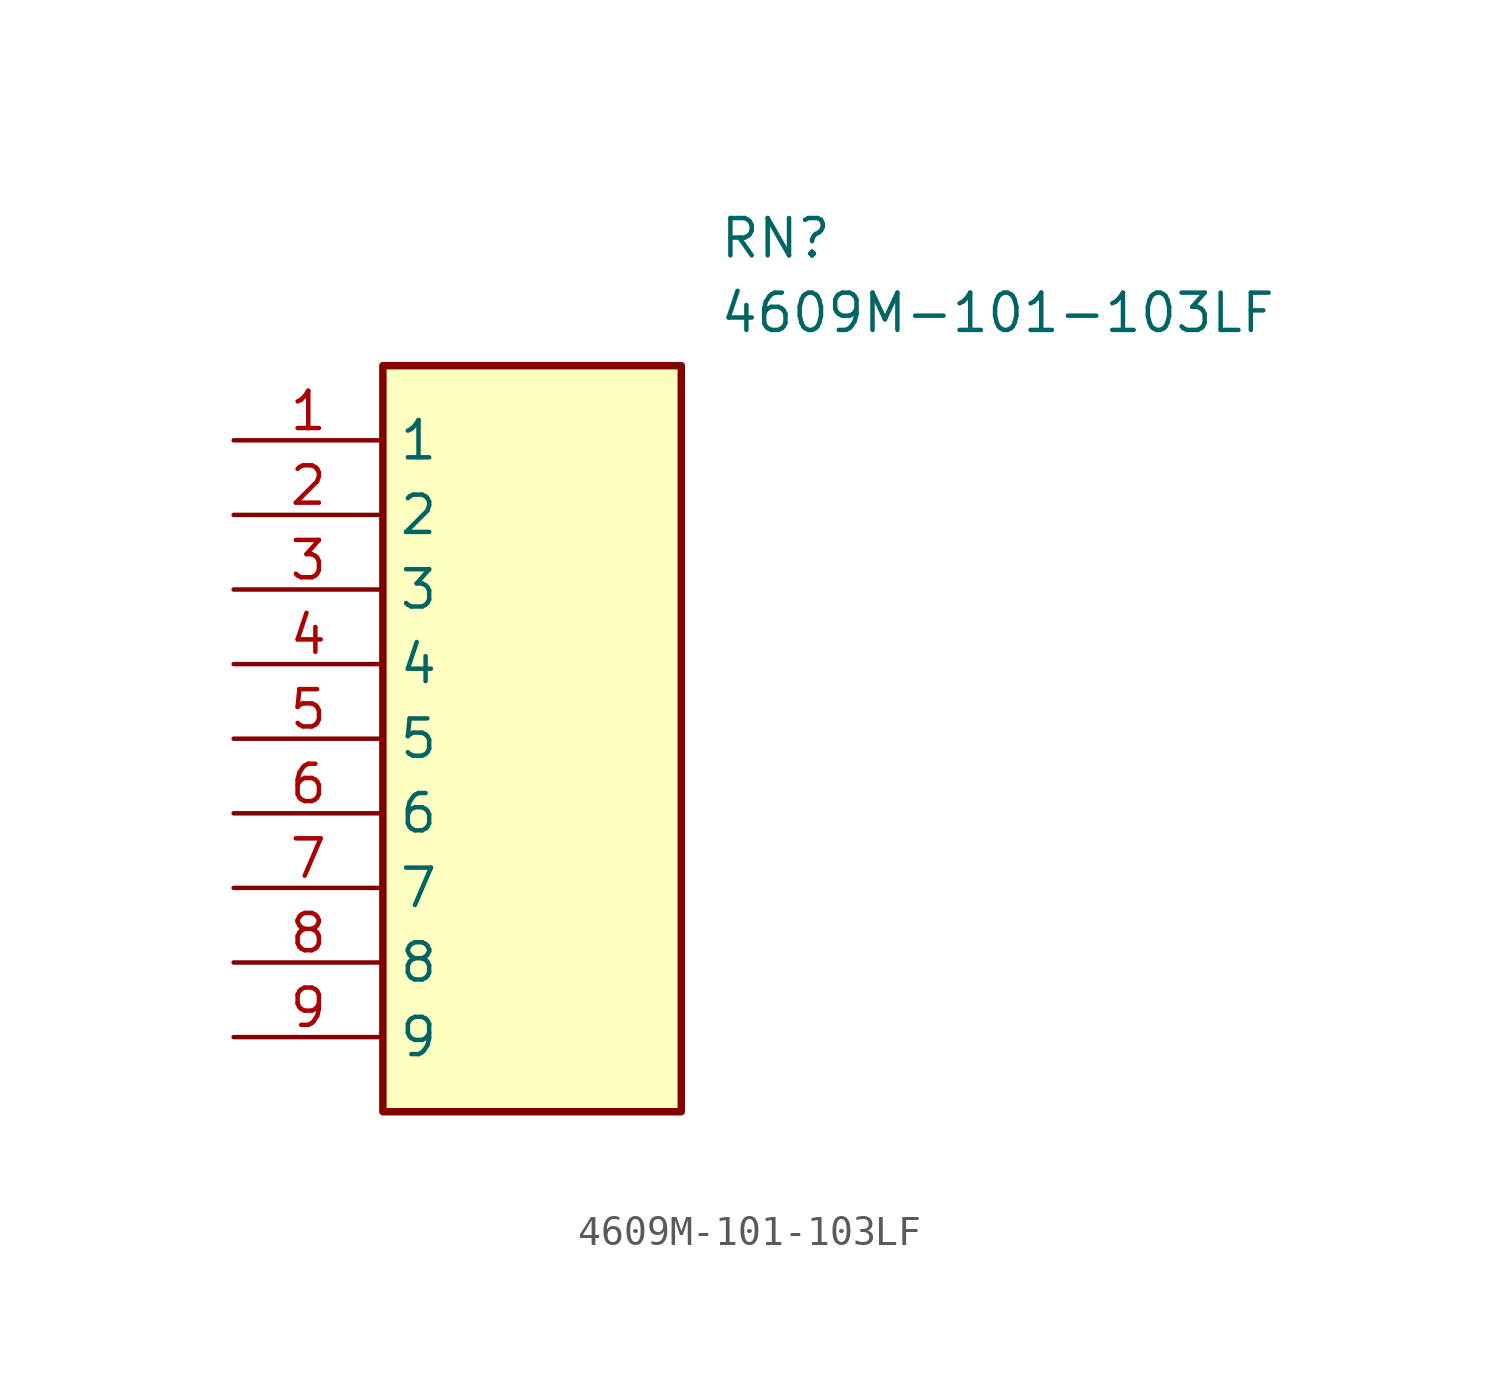
<source format=kicad_sym>
(kicad_symbol_lib
  (version 20211014)
  (generator SamacSys_ECAD_Model)
  (symbol "4609M-101-103LF"
    (property "Reference" "RN"
      (at 16.51 7.62 0)
      (effects (font (size 1.27 1.27)) (justify left top)))
    (property "Value" "4609M-101-103LF"
      (at 16.51 5.08 0)
      (effects (font (size 1.27 1.27)) (justify left top)))
    (rectangle
      (start 5.08 2.54)
      (end 15.24 -22.86)
      (stroke (width 0.254) (type default))
      (fill (type background)))
    (pin passive line
      (at 0 0 0)
      (length 5.08)
      (name "1" (effects (font (size 1.27 1.27))))
      (number "1" (effects (font (size 1.27 1.27)))))
    (pin passive line
      (at 0 -2.54 0)
      (length 5.08)
      (name "2" (effects (font (size 1.27 1.27))))
      (number "2" (effects (font (size 1.27 1.27)))))
    (pin passive line
      (at 0 -5.08 0)
      (length 5.08)
      (name "3" (effects (font (size 1.27 1.27))))
      (number "3" (effects (font (size 1.27 1.27)))))
    (pin passive line
      (at 0 -7.62 0)
      (length 5.08)
      (name "4" (effects (font (size 1.27 1.27))))
      (number "4" (effects (font (size 1.27 1.27)))))
    (pin passive line
      (at 0 -10.16 0)
      (length 5.08)
      (name "5" (effects (font (size 1.27 1.27))))
      (number "5" (effects (font (size 1.27 1.27)))))
    (pin passive line
      (at 0 -12.7 0)
      (length 5.08)
      (name "6" (effects (font (size 1.27 1.27))))
      (number "6" (effects (font (size 1.27 1.27)))))
    (pin passive line
      (at 0 -15.24 0)
      (length 5.08)
      (name "7" (effects (font (size 1.27 1.27))))
      (number "7" (effects (font (size 1.27 1.27)))))
    (pin passive line
      (at 0 -17.78 0)
      (length 5.08)
      (name "8" (effects (font (size 1.27 1.27))))
      (number "8" (effects (font (size 1.27 1.27)))))
    (pin passive line
      (at 0 -20.32 0)
      (length 5.08)
      (name "9" (effects (font (size 1.27 1.27))))
      (number "9" (effects (font (size 1.27 1.27)))))))
</source>
